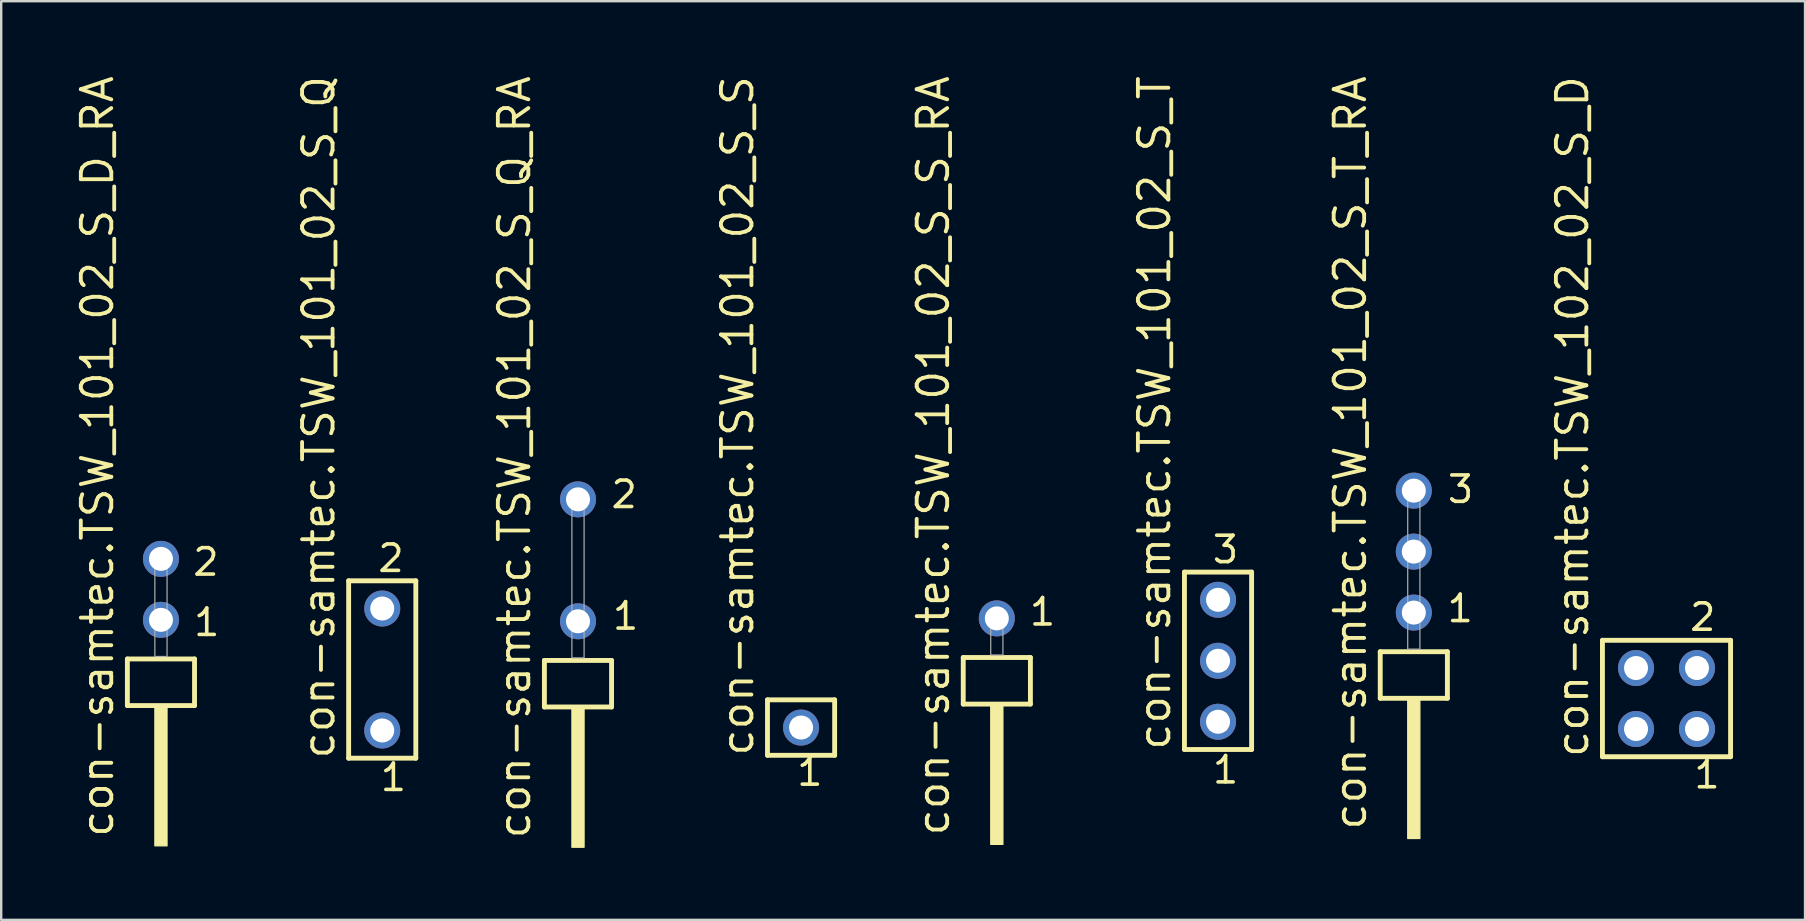
<source format=kicad_pcb>
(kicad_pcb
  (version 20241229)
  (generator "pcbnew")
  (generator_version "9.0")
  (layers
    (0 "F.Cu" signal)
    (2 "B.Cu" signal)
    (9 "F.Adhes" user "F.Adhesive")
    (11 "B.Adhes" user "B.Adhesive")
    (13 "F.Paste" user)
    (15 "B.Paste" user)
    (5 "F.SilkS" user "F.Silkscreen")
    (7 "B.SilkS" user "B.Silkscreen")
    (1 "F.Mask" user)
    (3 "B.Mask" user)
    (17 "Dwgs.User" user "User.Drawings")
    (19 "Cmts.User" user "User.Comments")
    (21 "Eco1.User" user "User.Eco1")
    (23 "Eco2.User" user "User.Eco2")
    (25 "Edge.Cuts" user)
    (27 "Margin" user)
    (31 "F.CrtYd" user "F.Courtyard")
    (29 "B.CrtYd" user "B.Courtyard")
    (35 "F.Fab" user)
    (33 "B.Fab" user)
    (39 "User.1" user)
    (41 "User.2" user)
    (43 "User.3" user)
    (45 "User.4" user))
  (footprint "con-samtec.TSW_101_02_S_S_RA"
    (layer "F.Cu")
    (at 38.476 24.235)
    (property "Reference" "con-samtec.TSW_101_02_S_S_RA" (at -1.905 7.62 90) (layer "F.SilkS") (effects (font (size 1.27 1.27) (thickness 0.16)) (justify left bottom)))
    (attr through_hole)
    (fp_line (start -1.399 0.106) (end -1.399 2.046) (stroke (width 0.203) (type default)) (layer "F.SilkS"))
    (fp_line (start -1.399 2.046) (end 1.399 2.046) (stroke (width 0.203) (type default)) (layer "F.SilkS"))
    (fp_line (start 1.399 0.106) (end -1.399 0.106) (stroke (width 0.203) (type default)) (layer "F.SilkS"))
    (fp_line (start 1.399 2.046) (end 1.399 0.106) (stroke (width 0.203) (type default)) (layer "F.SilkS"))
    (fp_rect (start -0.254 7.89) (end 0.254 2.04) (stroke (width 0.05) (type default)) (fill yes) (layer "F.SilkS"))
    (fp_rect (start -0.254 0) (end 0.254 -1.778) (stroke (width 0.05) (type default)) (fill no) (layer "F.Fab"))
    (fp_text user "1" (at 1.282 -1.152 0) (layer "F.SilkS") (effects (font (size 1.1 1.1) (thickness 0.15)) (justify left bottom)))
    (pad "1" thru_hole circle (at 0 -1.524 180) (size 1.5 1.5) (drill 1) (layers "*.Cu" "*.Mask")))
  (footprint "con-samtec.TSW_101_02_S_T_RA"
    (layer "F.Cu")
    (at 55.847 23.993)
    (property "Reference" "con-samtec.TSW_101_02_S_T_RA" (at -1.905 7.62 90) (layer "F.SilkS") (effects (font (size 1.27 1.27) (thickness 0.16)) (justify left bottom)))
    (attr through_hole)
    (fp_line (start -1.399 0.106) (end -1.399 2.046) (stroke (width 0.203) (type default)) (layer "F.SilkS"))
    (fp_line (start -1.399 2.046) (end 1.399 2.046) (stroke (width 0.203) (type default)) (layer "F.SilkS"))
    (fp_line (start 1.399 0.106) (end -1.399 0.106) (stroke (width 0.203) (type default)) (layer "F.SilkS"))
    (fp_line (start 1.399 2.046) (end 1.399 0.106) (stroke (width 0.203) (type default)) (layer "F.SilkS"))
    (fp_rect (start -0.254 7.89) (end 0.254 2.04) (stroke (width 0.05) (type default)) (fill yes) (layer "F.SilkS"))
    (fp_rect (start -0.254 0) (end 0.254 -6.858) (stroke (width 0.05) (type default)) (fill no) (layer "F.Fab"))
    (fp_text user "1" (at 1.31 -1.05 0) (layer "F.SilkS") (effects (font (size 1.1 1.1) (thickness 0.15)) (justify left bottom)))
    (fp_text user "3" (at 1.325 -6.015 0) (layer "F.SilkS") (effects (font (size 1.1 1.1) (thickness 0.15)) (justify left bottom)))
    (pad "1" thru_hole circle (at 0 -1.524 180) (size 1.5 1.5) (drill 1) (layers "*.Cu" "*.Mask"))
    (pad "2" thru_hole circle (at 0 -4.064 180) (size 1.5 1.5) (drill 1) (layers "*.Cu" "*.Mask"))
    (pad "3" thru_hole circle (at 0 -6.604 180) (size 1.5 1.5) (drill 1) (layers "*.Cu" "*.Mask")))
  (footprint "con-samtec.TSW_101_02_S_S"
    (layer "F.Cu")
    (at 30.321 27.259)
    (property "Reference" "con-samtec.TSW_101_02_S_S" (at -1.905 1.27 90) (layer "F.SilkS") (effects (font (size 1.27 1.27) (thickness 0.16)) (justify left bottom)))
    (attr through_hole)
    (fp_line (start -1.399 -1.155) (end 1.399 -1.155) (stroke (width 0.203) (type default)) (layer "F.SilkS"))
    (fp_line (start -1.399 1.155) (end -1.399 -1.155) (stroke (width 0.203) (type default)) (layer "F.SilkS"))
    (fp_line (start 1.399 -1.155) (end 1.399 1.155) (stroke (width 0.203) (type default)) (layer "F.SilkS"))
    (fp_line (start 1.399 1.155) (end -1.399 1.155) (stroke (width 0.203) (type default)) (layer "F.SilkS"))
    (fp_rect (start -0.35 0.35) (end 0.35 -0.35) (stroke (width 0.05) (type default)) (fill no) (layer "F.Fab"))
    (fp_text user "1" (at -0.258 2.498 0) (layer "F.SilkS") (effects (font (size 1.1 1.1) (thickness 0.15)) (justify left bottom)))
    (pad "1" thru_hole circle (at 0 0 180) (size 1.5 1.5) (drill 1) (layers "*.Cu" "*.Mask")))
  (footprint "con-samtec.TSW_101_02_S_T"
    (layer "F.Cu")
    (at 47.691 24.477)
    (property "Reference" "con-samtec.TSW_101_02_S_T" (at -1.905 3.81 90) (layer "F.SilkS") (effects (font (size 1.27 1.27) (thickness 0.16)) (justify left bottom)))
    (attr through_hole)
    (fp_line (start -1.399 -3.695) (end 1.399 -3.695) (stroke (width 0.203) (type default)) (layer "F.SilkS"))
    (fp_line (start -1.399 3.695) (end -1.399 -3.695) (stroke (width 0.203) (type default)) (layer "F.SilkS"))
    (fp_line (start 1.399 -3.695) (end 1.399 3.695) (stroke (width 0.203) (type default)) (layer "F.SilkS"))
    (fp_line (start 1.399 3.695) (end -1.399 3.695) (stroke (width 0.203) (type default)) (layer "F.SilkS"))
    (fp_rect (start -0.35 -2.19) (end 0.35 -2.89) (stroke (width 0.05) (type default)) (fill no) (layer "F.Fab"))
    (fp_rect (start -0.35 0.35) (end 0.35 -0.35) (stroke (width 0.05) (type default)) (fill no) (layer "F.Fab"))
    (fp_rect (start -0.35 2.89) (end 0.35 2.19) (stroke (width 0.05) (type default)) (fill no) (layer "F.Fab"))
    (fp_text user "3" (at -0.312 -3.989 0) (layer "F.SilkS") (effects (font (size 1.1 1.1) (thickness 0.15)) (justify left bottom)))
    (fp_text user "1" (at -0.308 5.188 0) (layer "F.SilkS") (effects (font (size 1.1 1.1) (thickness 0.15)) (justify left bottom)))
    (pad "1" thru_hole circle (at 0 2.54 180) (size 1.5 1.5) (drill 1) (layers "*.Cu" "*.Mask"))
    (pad "2" thru_hole circle (at 0 0 180) (size 1.5 1.5) (drill 1) (layers "*.Cu" "*.Mask"))
    (pad "3" thru_hole circle (at 0 -2.54 180) (size 1.5 1.5) (drill 1) (layers "*.Cu" "*.Mask")))
  (footprint "con-samtec.TSW_102_02_S_D"
    (layer "F.Cu")
    (at 66.374 26.049)
    (property "Reference" "con-samtec.TSW_102_02_S_D" (at -3.175 2.54 90) (layer "F.SilkS") (effects (font (size 1.27 1.27) (thickness 0.16)) (justify left bottom)))
    (attr through_hole)
    (fp_line (start -2.669 -2.425) (end 2.669 -2.425) (stroke (width 0.203) (type default)) (layer "F.SilkS"))
    (fp_line (start -2.669 2.425) (end -2.669 -2.425) (stroke (width 0.203) (type default)) (layer "F.SilkS"))
    (fp_line (start 2.669 -2.425) (end 2.669 2.425) (stroke (width 0.203) (type default)) (layer "F.SilkS"))
    (fp_line (start 2.669 2.425) (end -2.669 2.425) (stroke (width 0.203) (type default)) (layer "F.SilkS"))
    (fp_rect (start -1.62 -0.92) (end -0.92 -1.62) (stroke (width 0.05) (type default)) (fill no) (layer "F.Fab"))
    (fp_rect (start -1.62 1.62) (end -0.92 0.92) (stroke (width 0.05) (type default)) (fill no) (layer "F.Fab"))
    (fp_rect (start 0.92 -0.92) (end 1.62 -1.62) (stroke (width 0.05) (type default)) (fill no) (layer "F.Fab"))
    (fp_rect (start 0.92 1.62) (end 1.62 0.92) (stroke (width 0.05) (type default)) (fill no) (layer "F.Fab"))
    (fp_text user "1" (at 1.062 3.818 0) (layer "F.SilkS") (effects (font (size 1.1 1.1) (thickness 0.15)) (justify left bottom)))
    (fp_text user "2" (at 0.887 -2.744 0) (layer "F.SilkS") (effects (font (size 1.1 1.1) (thickness 0.15)) (justify left bottom)))
    (pad "1" thru_hole circle (at 1.27 1.27 180) (size 1.5 1.5) (drill 1) (layers "*.Cu" "*.Mask"))
    (pad "2" thru_hole circle (at 1.27 -1.27 180) (size 1.5 1.5) (drill 1) (layers "*.Cu" "*.Mask"))
    (pad "3" thru_hole circle (at -1.27 1.27 180) (size 1.5 1.5) (drill 1) (layers "*.Cu" "*.Mask"))
    (pad "4" thru_hole circle (at -1.27 -1.27 180) (size 1.5 1.5) (drill 1) (layers "*.Cu" "*.Mask")))
  (footprint "con-samtec.TSW_101_02_S_D_RA"
    (layer "F.Cu")
    (at 3.655 24.296)
    (property "Reference" "con-samtec.TSW_101_02_S_D_RA" (at -1.905 7.62 90) (layer "F.SilkS") (effects (font (size 1.27 1.27) (thickness 0.16)) (justify left bottom)))
    (attr through_hole)
    (fp_line (start -1.399 0.106) (end -1.399 2.046) (stroke (width 0.203) (type default)) (layer "F.SilkS"))
    (fp_line (start -1.399 2.046) (end 1.399 2.046) (stroke (width 0.203) (type default)) (layer "F.SilkS"))
    (fp_line (start 1.399 0.106) (end -1.399 0.106) (stroke (width 0.203) (type default)) (layer "F.SilkS"))
    (fp_line (start 1.399 2.046) (end 1.399 0.106) (stroke (width 0.203) (type default)) (layer "F.SilkS"))
    (fp_rect (start -0.254 7.89) (end 0.254 2.04) (stroke (width 0.05) (type default)) (fill yes) (layer "F.SilkS"))
    (fp_rect (start -0.254 0) (end 0.254 -4.318) (stroke (width 0.05) (type default)) (fill no) (layer "F.Fab"))
    (fp_text user "2" (at 1.25 -3.29 0) (layer "F.SilkS") (effects (font (size 1.1 1.1) (thickness 0.15)) (justify left bottom)))
    (fp_text user "1" (at 1.285 -0.775 0) (layer "F.SilkS") (effects (font (size 1.1 1.1) (thickness 0.15)) (justify left bottom)))
    (pad "1" thru_hole circle (at 0 -1.524 180) (size 1.5 1.5) (drill 1) (layers "*.Cu" "*.Mask"))
    (pad "2" thru_hole circle (at 0 -4.064 180) (size 1.5 1.5) (drill 1) (layers "*.Cu" "*.Mask")))
  (footprint "con-samtec.TSW_101_02_S_Q"
    (layer "F.Cu")
    (at 12.873 24.84)
    (property "Reference" "con-samtec.TSW_101_02_S_Q" (at -1.905 3.81 90) (layer "F.SilkS") (effects (font (size 1.27 1.27) (thickness 0.16)) (justify left bottom)))
    (attr through_hole)
    (fp_line (start -1.399 -3.695) (end 1.399 -3.695) (stroke (width 0.203) (type default)) (layer "F.SilkS"))
    (fp_line (start -1.399 3.695) (end -1.399 -3.695) (stroke (width 0.203) (type default)) (layer "F.SilkS"))
    (fp_line (start 1.399 -3.695) (end 1.399 3.695) (stroke (width 0.203) (type default)) (layer "F.SilkS"))
    (fp_line (start 1.399 3.695) (end -1.399 3.695) (stroke (width 0.203) (type default)) (layer "F.SilkS"))
    (fp_rect (start -0.35 -2.19) (end 0.35 -2.89) (stroke (width 0.05) (type default)) (fill no) (layer "F.Fab"))
    (fp_rect (start -0.35 2.89) (end 0.35 2.19) (stroke (width 0.05) (type default)) (fill no) (layer "F.Fab"))
    (fp_text user "2" (at -0.258 -3.989 0) (layer "F.SilkS") (effects (font (size 1.1 1.1) (thickness 0.15)) (justify left bottom)))
    (fp_text user "1" (at -0.158 5.138 0) (layer "F.SilkS") (effects (font (size 1.1 1.1) (thickness 0.15)) (justify left bottom)))
    (pad "1" thru_hole circle (at 0 2.54 180) (size 1.5 1.5) (drill 1) (layers "*.Cu" "*.Mask"))
    (pad "2" thru_hole circle (at 0 -2.54 180) (size 1.5 1.5) (drill 1) (layers "*.Cu" "*.Mask")))
  (footprint "con-samtec.TSW_101_02_S_Q_RA"
    (layer "F.Cu")
    (at 21.028 24.356)
    (property "Reference" "con-samtec.TSW_101_02_S_Q_RA" (at -1.905 7.62 90) (layer "F.SilkS") (effects (font (size 1.27 1.27) (thickness 0.16)) (justify left bottom)))
    (attr through_hole)
    (fp_line (start -1.399 0.106) (end -1.399 2.046) (stroke (width 0.203) (type default)) (layer "F.SilkS"))
    (fp_line (start -1.399 2.046) (end 1.399 2.046) (stroke (width 0.203) (type default)) (layer "F.SilkS"))
    (fp_line (start 1.399 0.106) (end -1.399 0.106) (stroke (width 0.203) (type default)) (layer "F.SilkS"))
    (fp_line (start 1.399 2.046) (end 1.399 0.106) (stroke (width 0.203) (type default)) (layer "F.SilkS"))
    (fp_rect (start -0.254 7.89) (end 0.254 2.04) (stroke (width 0.05) (type default)) (fill yes) (layer "F.SilkS"))
    (fp_rect (start -0.254 0) (end 0.254 -6.858) (stroke (width 0.05) (type default)) (fill no) (layer "F.Fab"))
    (fp_text user "1" (at 1.36 -1.1 0) (layer "F.SilkS") (effects (font (size 1.1 1.1) (thickness 0.15)) (justify left bottom)))
    (fp_text user "2" (at 1.3 -6.165 0) (layer "F.SilkS") (effects (font (size 1.1 1.1) (thickness 0.15)) (justify left bottom)))
    (pad "1" thru_hole circle (at 0 -1.524 180) (size 1.5 1.5) (drill 1) (layers "*.Cu" "*.Mask"))
    (pad "2" thru_hole circle (at 0 -6.604 180) (size 1.5 1.5) (drill 1) (layers "*.Cu" "*.Mask")))
  (gr_rect
    (start -3 -3)
    (end 72.145 35.271)
    (stroke (width 0.1) (type default))
    (fill no)
    (layer "Edge.Cuts")))
</source>
